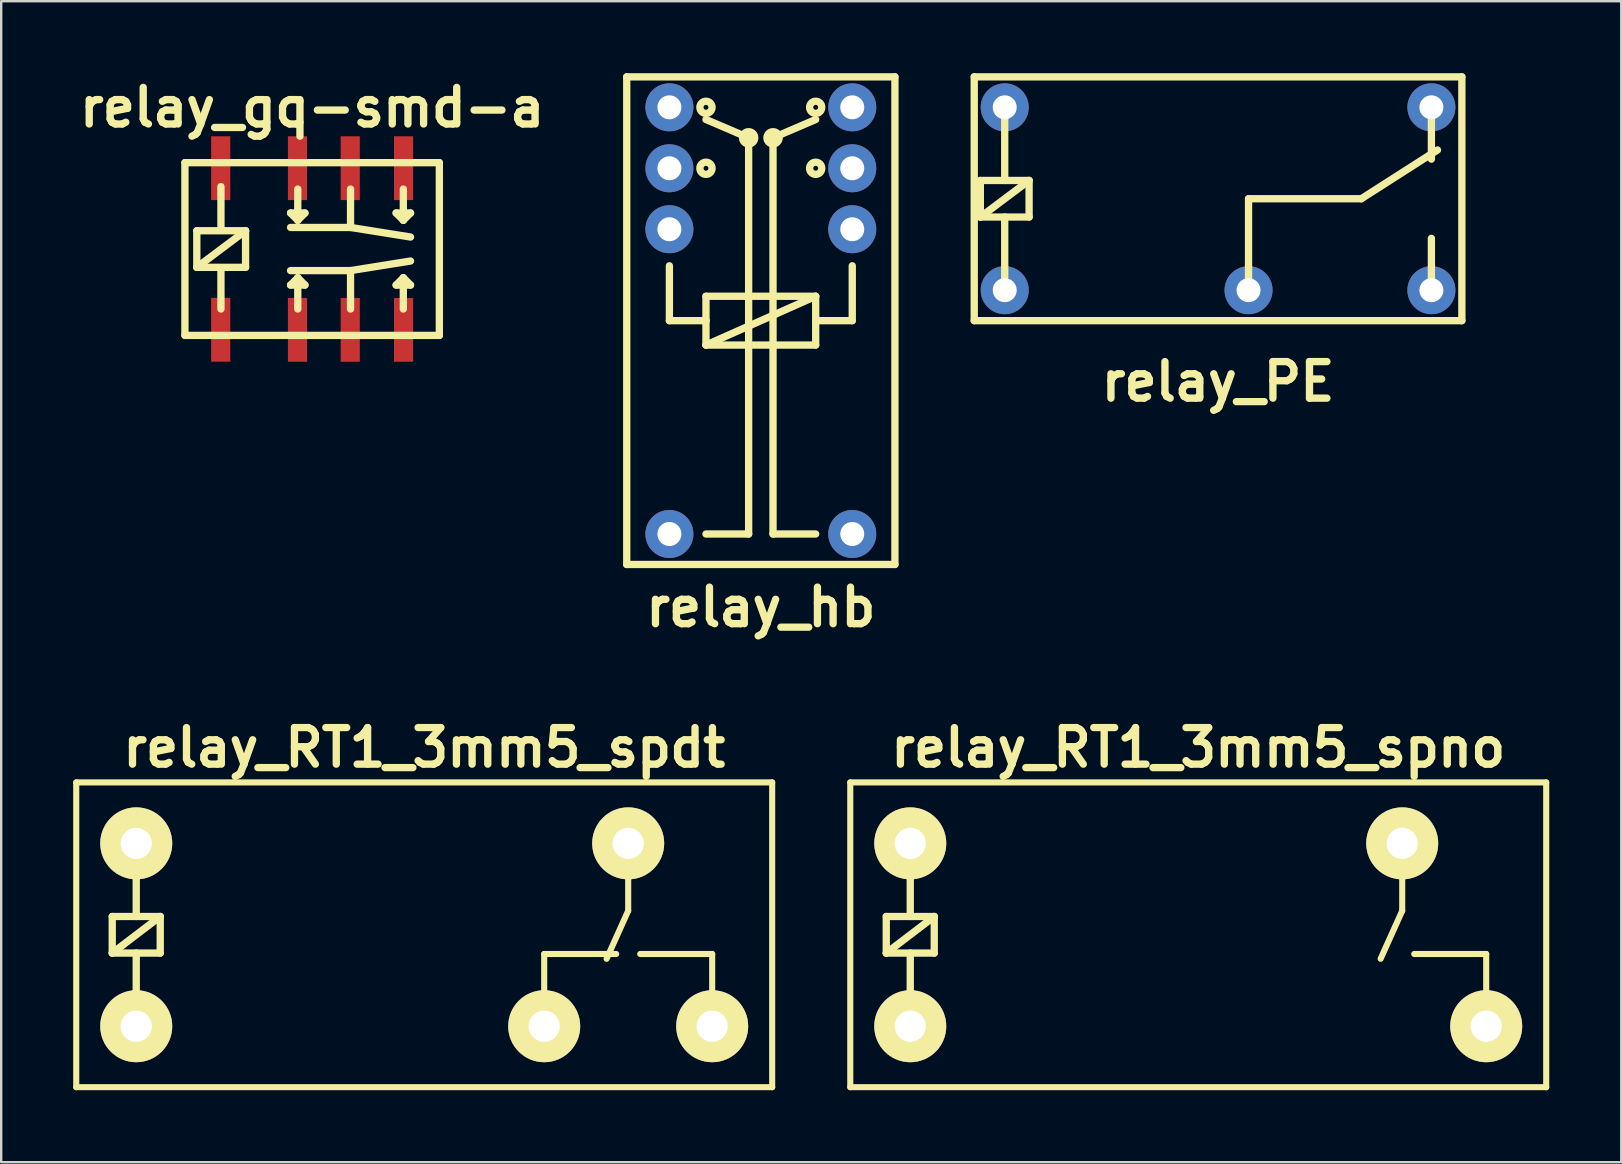
<source format=kicad_pcb>
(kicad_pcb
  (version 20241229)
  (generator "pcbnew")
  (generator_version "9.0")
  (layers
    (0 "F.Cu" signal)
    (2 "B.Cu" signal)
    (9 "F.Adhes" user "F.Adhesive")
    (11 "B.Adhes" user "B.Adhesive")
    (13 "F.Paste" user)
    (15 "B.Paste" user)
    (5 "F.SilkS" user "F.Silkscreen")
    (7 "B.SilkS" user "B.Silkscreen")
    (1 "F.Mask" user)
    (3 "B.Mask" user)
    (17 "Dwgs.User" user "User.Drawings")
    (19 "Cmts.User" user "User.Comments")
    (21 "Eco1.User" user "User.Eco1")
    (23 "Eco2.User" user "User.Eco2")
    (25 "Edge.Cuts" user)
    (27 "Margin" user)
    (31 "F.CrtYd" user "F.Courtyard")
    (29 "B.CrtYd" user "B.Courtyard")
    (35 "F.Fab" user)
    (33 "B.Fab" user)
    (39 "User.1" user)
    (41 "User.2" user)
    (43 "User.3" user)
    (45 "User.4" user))
  (footprint "relay_gq-smd-a"
    (layer "F.Cu")
    (at 9.957 7.327)
    (property "Reference" "relay_gq-smd-a" (at 0 -5.9 0) (layer "F.SilkS") (effects (font (size 1.524 1.524) (thickness 0.305))))
    (attr through_hole)
    (fp_line (start -5.301 -3.599) (end 5.301 -3.599) (stroke (width 0.305) (type solid)) (layer "F.SilkS"))
    (fp_line (start -5.301 3.599) (end -5.301 -3.599) (stroke (width 0.305) (type solid)) (layer "F.SilkS"))
    (fp_line (start -4.806 -0.762) (end -2.774 -0.762) (stroke (width 0.305) (type solid)) (layer "F.SilkS"))
    (fp_line (start -4.806 0.762) (end -4.806 -0.762) (stroke (width 0.305) (type solid)) (layer "F.SilkS"))
    (fp_line (start -4.806 0.762) (end -2.774 -0.762) (stroke (width 0.305) (type solid)) (layer "F.SilkS"))
    (fp_line (start -3.8 -2.601) (end -3.8 -0.8) (stroke (width 0.305) (type solid)) (layer "F.SilkS"))
    (fp_line (start -3.8 2.499) (end -3.8 0.8) (stroke (width 0.305) (type solid)) (layer "F.SilkS"))
    (fp_line (start -2.774 -0.762) (end -2.774 0.762) (stroke (width 0.305) (type solid)) (layer "F.SilkS"))
    (fp_line (start -2.774 0.762) (end -4.806 0.762) (stroke (width 0.305) (type solid)) (layer "F.SilkS"))
    (fp_line (start -0.899 0.899) (end 1.6 0.899) (stroke (width 0.305) (type solid)) (layer "F.SilkS"))
    (fp_line (start -0.899 1.501) (end -0.3 1.501) (stroke (width 0.305) (type solid)) (layer "F.SilkS"))
    (fp_line (start -0.599 -2.499) (end -0.599 -1.199) (stroke (width 0.305) (type solid)) (layer "F.SilkS"))
    (fp_line (start -0.599 -1.199) (end -0.899 -1.501) (stroke (width 0.305) (type solid)) (layer "F.SilkS"))
    (fp_line (start -0.599 -1.199) (end -0.3 -1.501) (stroke (width 0.305) (type solid)) (layer "F.SilkS"))
    (fp_line (start -0.599 1.199) (end -0.899 1.501) (stroke (width 0.305) (type solid)) (layer "F.SilkS"))
    (fp_line (start -0.599 2.499) (end -0.599 1.199) (stroke (width 0.305) (type solid)) (layer "F.SilkS"))
    (fp_line (start -0.3 -1.501) (end -0.899 -1.501) (stroke (width 0.305) (type solid)) (layer "F.SilkS"))
    (fp_line (start -0.3 1.501) (end -0.599 1.199) (stroke (width 0.305) (type solid)) (layer "F.SilkS"))
    (fp_line (start 1.6 -2.499) (end 1.6 -0.899) (stroke (width 0.305) (type solid)) (layer "F.SilkS"))
    (fp_line (start 1.6 -0.899) (end -0.899 -0.899) (stroke (width 0.305) (type solid)) (layer "F.SilkS"))
    (fp_line (start 1.6 -0.899) (end 4.1 -0.5) (stroke (width 0.305) (type solid)) (layer "F.SilkS"))
    (fp_line (start 1.6 0.899) (end 1.6 2.499) (stroke (width 0.305) (type solid)) (layer "F.SilkS"))
    (fp_line (start 1.6 0.899) (end 4.1 0.5) (stroke (width 0.305) (type solid)) (layer "F.SilkS"))
    (fp_line (start 3.5 1.501) (end 4.1 1.501) (stroke (width 0.305) (type solid)) (layer "F.SilkS"))
    (fp_line (start 3.8 -2.499) (end 3.8 -1.199) (stroke (width 0.305) (type solid)) (layer "F.SilkS"))
    (fp_line (start 3.8 -1.199) (end 3.5 -1.501) (stroke (width 0.305) (type solid)) (layer "F.SilkS"))
    (fp_line (start 3.8 -1.199) (end 4.1 -1.501) (stroke (width 0.305) (type solid)) (layer "F.SilkS"))
    (fp_line (start 3.8 1.199) (end 3.5 1.501) (stroke (width 0.305) (type solid)) (layer "F.SilkS"))
    (fp_line (start 3.8 2.499) (end 3.8 1.199) (stroke (width 0.305) (type solid)) (layer "F.SilkS"))
    (fp_line (start 4.1 -1.501) (end 3.5 -1.501) (stroke (width 0.305) (type solid)) (layer "F.SilkS"))
    (fp_line (start 4.1 1.501) (end 3.8 1.199) (stroke (width 0.305) (type solid)) (layer "F.SilkS"))
    (fp_line (start 5.301 -3.599) (end 5.301 3.599) (stroke (width 0.305) (type solid)) (layer "F.SilkS"))
    (fp_line (start 5.301 3.599) (end -5.301 3.599) (stroke (width 0.305) (type solid)) (layer "F.SilkS"))
    (pad "1" smd rect (at -3.81 3.365) (size 0.798 2.659) (layers "F.Cu" "F.Mask" "F.Paste"))
    (pad "2" smd rect (at -0.61 3.368) (size 0.798 2.659) (layers "F.Cu" "F.Mask" "F.Paste"))
    (pad "3" smd rect (at 1.587 3.368) (size 0.798 2.659) (layers "F.Cu" "F.Mask" "F.Paste"))
    (pad "4" smd rect (at 3.81 3.368) (size 0.798 2.659) (layers "F.Cu" "F.Mask" "F.Paste"))
    (pad "5" smd rect (at 3.81 -3.368) (size 0.798 2.659) (layers "F.Cu" "F.Mask" "F.Paste"))
    (pad "6" smd rect (at 1.587 -3.368) (size 0.798 2.659) (layers "F.Cu" "F.Mask" "F.Paste"))
    (pad "7" smd rect (at -0.61 -3.368) (size 0.798 2.659) (layers "F.Cu" "F.Mask" "F.Paste"))
    (pad "8" smd rect (at -3.81 -3.368) (size 0.798 2.659) (layers "F.Cu" "F.Mask" "F.Paste")))
  (footprint "relay_RT1_3mm5_spdt"
    (layer "F.Cu")
    (at 14.627 35.903)
    (property "Reference" "relay_RT1_3mm5_spdt" (at 0 -7.8 0) (layer "F.SilkS") (effects (font (size 1.524 1.524) (thickness 0.305))))
    (attr through_hole)
    (fp_line (start -14.5 -6.35) (end -14.5 6.35) (stroke (width 0.254) (type solid)) (layer "F.SilkS"))
    (fp_line (start -14.5 6.35) (end 14.5 6.35) (stroke (width 0.254) (type solid)) (layer "F.SilkS"))
    (fp_line (start -13 -0.762) (end -11 -0.762) (stroke (width 0.305) (type solid)) (layer "F.SilkS"))
    (fp_line (start -13 0.762) (end -13 -0.762) (stroke (width 0.305) (type solid)) (layer "F.SilkS"))
    (fp_line (start -13 0.762) (end -11 -0.762) (stroke (width 0.305) (type solid)) (layer "F.SilkS"))
    (fp_line (start -12 -3.81) (end -12 -0.762) (stroke (width 0.305) (type solid)) (layer "F.SilkS"))
    (fp_line (start -12 3.81) (end -12 0.762) (stroke (width 0.305) (type solid)) (layer "F.SilkS"))
    (fp_line (start -11 -0.762) (end -11 0.762) (stroke (width 0.305) (type solid)) (layer "F.SilkS"))
    (fp_line (start -11 0.762) (end -13 0.762) (stroke (width 0.305) (type solid)) (layer "F.SilkS"))
    (fp_line (start 5 0.8) (end 8 0.8) (stroke (width 0.254) (type solid)) (layer "F.SilkS"))
    (fp_line (start 5 3.8) (end 5 0.8) (stroke (width 0.254) (type solid)) (layer "F.SilkS"))
    (fp_line (start 8.5 -3.8) (end 8.5 -1) (stroke (width 0.254) (type solid)) (layer "F.SilkS"))
    (fp_line (start 8.5 -1) (end 7.6 1) (stroke (width 0.254) (type solid)) (layer "F.SilkS"))
    (fp_line (start 12 0.8) (end 9 0.8) (stroke (width 0.254) (type solid)) (layer "F.SilkS"))
    (fp_line (start 12 3.8) (end 12 0.8) (stroke (width 0.254) (type solid)) (layer "F.SilkS"))
    (fp_line (start 14.5 -6.35) (end -14.5 -6.35) (stroke (width 0.254) (type solid)) (layer "F.SilkS"))
    (fp_line (start 14.5 6.35) (end 14.5 -6.35) (stroke (width 0.254) (type solid)) (layer "F.SilkS"))
    (pad "1" thru_hole circle (at -12 3.81) (size 3 3) (drill 1.3) (layers "*.Cu" "*.Mask" "F.SilkS"))
    (pad "2" thru_hole circle (at -12 -3.81) (size 3 3) (drill 1.3) (layers "*.Cu" "*.Mask" "F.SilkS"))
    (pad "11" thru_hole circle (at 8.5 -3.81) (size 3 3) (drill 1.3) (layers "*.Cu" "*.Mask" "F.SilkS"))
    (pad "12" thru_hole circle (at 5 3.81) (size 3 3) (drill 1.3) (layers "*.Cu" "*.Mask" "F.SilkS"))
    (pad "14" thru_hole circle (at 12 3.81) (size 3 3) (drill 1.3) (layers "*.Cu" "*.Mask" "F.SilkS")))
  (footprint "relay_PE"
    (layer "F.Cu")
    (at 47.707 5.232)
    (property "Reference" "relay_PE" (at 0 7.62 0) (layer "F.SilkS") (effects (font (size 1.524 1.524) (thickness 0.305))))
    (attr through_hole)
    (fp_line (start -10.16 -5.08) (end -10.16 5.08) (stroke (width 0.305) (type solid)) (layer "F.SilkS"))
    (fp_line (start -10.16 5.08) (end 10.16 5.08) (stroke (width 0.305) (type solid)) (layer "F.SilkS"))
    (fp_line (start -9.906 -0.762) (end -7.874 -0.762) (stroke (width 0.305) (type solid)) (layer "F.SilkS"))
    (fp_line (start -9.906 0.762) (end -9.906 -0.762) (stroke (width 0.305) (type solid)) (layer "F.SilkS"))
    (fp_line (start -9.906 0.762) (end -7.874 -0.762) (stroke (width 0.305) (type solid)) (layer "F.SilkS"))
    (fp_line (start -8.89 -3.81) (end -8.89 -0.762) (stroke (width 0.305) (type solid)) (layer "F.SilkS"))
    (fp_line (start -8.89 3.81) (end -8.89 0.762) (stroke (width 0.305) (type solid)) (layer "F.SilkS"))
    (fp_line (start -7.874 -0.762) (end -7.874 0.762) (stroke (width 0.305) (type solid)) (layer "F.SilkS"))
    (fp_line (start -7.874 0.762) (end -9.906 0.762) (stroke (width 0.305) (type solid)) (layer "F.SilkS"))
    (fp_line (start 1.27 0) (end 5.969 0) (stroke (width 0.305) (type solid)) (layer "F.SilkS"))
    (fp_line (start 1.27 3.81) (end 1.27 0) (stroke (width 0.305) (type solid)) (layer "F.SilkS"))
    (fp_line (start 5.969 0) (end 9.144 -2.032) (stroke (width 0.305) (type solid)) (layer "F.SilkS"))
    (fp_line (start 8.89 -1.651) (end 8.89 -3.81) (stroke (width 0.305) (type solid)) (layer "F.SilkS"))
    (fp_line (start 8.89 3.81) (end 8.89 1.651) (stroke (width 0.305) (type solid)) (layer "F.SilkS"))
    (fp_line (start 10.16 -5.08) (end -10.16 -5.08) (stroke (width 0.305) (type solid)) (layer "F.SilkS"))
    (fp_line (start 10.16 5.08) (end 10.16 -5.08) (stroke (width 0.305) (type solid)) (layer "F.SilkS"))
    (pad "1" thru_hole circle (at -8.89 3.81 180) (size 2 2) (drill 1) (layers "*.Cu" "*.Mask"))
    (pad "2" thru_hole circle (at -8.89 -3.81 180) (size 2 2) (drill 1) (layers "*.Cu" "*.Mask"))
    (pad "11" thru_hole circle (at 1.27 3.81 180) (size 2 2) (drill 1) (layers "*.Cu" "*.Mask"))
    (pad "12" thru_hole circle (at 8.89 -3.81) (size 2 2) (drill 1) (layers "*.Cu" "*.Mask"))
    (pad "14" thru_hole circle (at 8.89 3.81 180) (size 2 2) (drill 1) (layers "*.Cu" "*.Mask")))
  (footprint "relay_hb"
    (layer "F.Cu")
    (at 28.654 10.312)
    (property "Reference" "relay_hb" (at 0 11.938 0) (layer "F.SilkS") (effects (font (size 1.524 1.524) (thickness 0.305))))
    (attr through_hole)
    (fp_line (start -5.588 -10.16) (end 5.588 -10.16) (stroke (width 0.305) (type solid)) (layer "F.SilkS"))
    (fp_line (start -5.588 10.16) (end -5.588 -10.16) (stroke (width 0.305) (type solid)) (layer "F.SilkS"))
    (fp_line (start -3.81 -2.286) (end -3.81 0) (stroke (width 0.305) (type solid)) (layer "F.SilkS"))
    (fp_line (start -3.81 0) (end -2.286 0) (stroke (width 0.305) (type solid)) (layer "F.SilkS"))
    (fp_line (start -2.286 -1.016) (end 2.286 -1.016) (stroke (width 0.305) (type solid)) (layer "F.SilkS"))
    (fp_line (start -2.286 0) (end -2.286 -1.016) (stroke (width 0.305) (type solid)) (layer "F.SilkS"))
    (fp_line (start -2.286 1.016) (end -2.286 0) (stroke (width 0.305) (type solid)) (layer "F.SilkS"))
    (fp_line (start -2.286 1.016) (end 2.286 -1.016) (stroke (width 0.305) (type solid)) (layer "F.SilkS"))
    (fp_line (start -0.508 -7.62) (end -2.286 -8.382) (stroke (width 0.305) (type solid)) (layer "F.SilkS"))
    (fp_line (start -0.508 8.89) (end -2.286 8.89) (stroke (width 0.305) (type solid)) (layer "F.SilkS"))
    (fp_line (start -0.508 8.89) (end -0.508 -7.62) (stroke (width 0.305) (type solid)) (layer "F.SilkS"))
    (fp_line (start 0.508 -7.62) (end 0.508 8.89) (stroke (width 0.305) (type solid)) (layer "F.SilkS"))
    (fp_line (start 0.508 -7.62) (end 2.286 -8.382) (stroke (width 0.305) (type solid)) (layer "F.SilkS"))
    (fp_line (start 2.286 -1.016) (end 2.286 1.016) (stroke (width 0.305) (type solid)) (layer "F.SilkS"))
    (fp_line (start 2.286 0) (end 3.81 0) (stroke (width 0.305) (type solid)) (layer "F.SilkS"))
    (fp_line (start 2.286 1.016) (end -2.286 1.016) (stroke (width 0.305) (type solid)) (layer "F.SilkS"))
    (fp_line (start 2.286 8.89) (end 0.508 8.89) (stroke (width 0.305) (type solid)) (layer "F.SilkS"))
    (fp_line (start 3.81 0) (end 3.81 -2.286) (stroke (width 0.305) (type solid)) (layer "F.SilkS"))
    (fp_line (start 5.588 -10.16) (end 5.588 10.16) (stroke (width 0.305) (type solid)) (layer "F.SilkS"))
    (fp_line (start 5.588 10.16) (end -5.588 10.16) (stroke (width 0.305) (type solid)) (layer "F.SilkS"))
    (fp_circle (center -2.286 -8.89) (end -2.286 -9.144) (stroke (width 0.305) (type solid)) (fill no) (layer "F.SilkS"))
    (fp_circle (center -2.286 -6.35) (end -2.286 -6.604) (stroke (width 0.305) (type solid)) (fill no) (layer "F.SilkS"))
    (fp_circle (center -0.508 -7.62) (end -0.254 -7.62) (stroke (width 0.305) (type solid)) (fill no) (layer "F.SilkS"))
    (fp_circle (center 0.508 -7.62) (end 0.508 -7.366) (stroke (width 0.305) (type solid)) (fill no) (layer "F.SilkS"))
    (fp_circle (center 2.286 -8.89) (end 2.032 -8.89) (stroke (width 0.305) (type solid)) (fill no) (layer "F.SilkS"))
    (fp_circle (center 2.286 -6.35) (end 2.286 -6.096) (stroke (width 0.305) (type solid)) (fill no) (layer "F.SilkS"))
    (pad "1" thru_hole circle (at -3.81 -8.89 180) (size 2 2) (drill 1) (layers "*.Cu" "*.Mask"))
    (pad "2" thru_hole circle (at -3.81 -6.35 180) (size 2 2) (drill 1) (layers "*.Cu" "*.Mask"))
    (pad "3" thru_hole circle (at -3.81 -3.81 180) (size 2 2) (drill 1) (layers "*.Cu" "*.Mask"))
    (pad "8" thru_hole circle (at -3.81 8.89 180) (size 2 2) (drill 1) (layers "*.Cu" "*.Mask"))
    (pad "9" thru_hole circle (at 3.81 8.89 180) (size 2 2) (drill 1) (layers "*.Cu" "*.Mask"))
    (pad "14" thru_hole circle (at 3.81 -3.81 180) (size 2 2) (drill 1) (layers "*.Cu" "*.Mask"))
    (pad "15" thru_hole circle (at 3.81 -6.35 180) (size 2 2) (drill 1) (layers "*.Cu" "*.Mask"))
    (pad "16" thru_hole circle (at 3.81 -8.89 180) (size 2 2) (drill 1) (layers "*.Cu" "*.Mask")))
  (footprint "relay_RT1_3mm5_spno"
    (layer "F.Cu")
    (at 46.881 35.903)
    (property "Reference" "relay_RT1_3mm5_spno" (at 0 -7.8 0) (layer "F.SilkS") (effects (font (size 1.524 1.524) (thickness 0.305))))
    (attr through_hole)
    (fp_line (start -14.5 -6.35) (end -14.5 6.35) (stroke (width 0.254) (type solid)) (layer "F.SilkS"))
    (fp_line (start -14.5 6.35) (end 14.5 6.35) (stroke (width 0.254) (type solid)) (layer "F.SilkS"))
    (fp_line (start -13 -0.762) (end -11 -0.762) (stroke (width 0.305) (type solid)) (layer "F.SilkS"))
    (fp_line (start -13 0.762) (end -13 -0.762) (stroke (width 0.305) (type solid)) (layer "F.SilkS"))
    (fp_line (start -13 0.762) (end -11 -0.762) (stroke (width 0.305) (type solid)) (layer "F.SilkS"))
    (fp_line (start -12 -3.81) (end -12 -0.762) (stroke (width 0.305) (type solid)) (layer "F.SilkS"))
    (fp_line (start -12 3.81) (end -12 0.762) (stroke (width 0.305) (type solid)) (layer "F.SilkS"))
    (fp_line (start -11 -0.762) (end -11 0.762) (stroke (width 0.305) (type solid)) (layer "F.SilkS"))
    (fp_line (start -11 0.762) (end -13 0.762) (stroke (width 0.305) (type solid)) (layer "F.SilkS"))
    (fp_line (start 8.5 -3.8) (end 8.5 -1) (stroke (width 0.254) (type solid)) (layer "F.SilkS"))
    (fp_line (start 8.5 -1) (end 7.6 1) (stroke (width 0.254) (type solid)) (layer "F.SilkS"))
    (fp_line (start 12 0.8) (end 9 0.8) (stroke (width 0.254) (type solid)) (layer "F.SilkS"))
    (fp_line (start 12 3.8) (end 12 0.8) (stroke (width 0.254) (type solid)) (layer "F.SilkS"))
    (fp_line (start 14.5 -6.35) (end -14.5 -6.35) (stroke (width 0.254) (type solid)) (layer "F.SilkS"))
    (fp_line (start 14.5 6.35) (end 14.5 -6.35) (stroke (width 0.254) (type solid)) (layer "F.SilkS"))
    (pad "1" thru_hole circle (at -12 3.81) (size 3 3) (drill 1.3) (layers "*.Cu" "*.Mask" "F.SilkS"))
    (pad "2" thru_hole circle (at -12 -3.81) (size 3 3) (drill 1.3) (layers "*.Cu" "*.Mask" "F.SilkS"))
    (pad "11" thru_hole circle (at 8.5 -3.81) (size 3 3) (drill 1.3) (layers "*.Cu" "*.Mask" "F.SilkS"))
    (pad "14" thru_hole circle (at 12 3.81) (size 3 3) (drill 1.3) (layers "*.Cu" "*.Mask" "F.SilkS")))
  (gr_rect
    (start -3 -3)
    (end 64.508 45.38)
    (stroke (width 0.1) (type default))
    (fill no)
    (layer "Edge.Cuts")))
</source>
